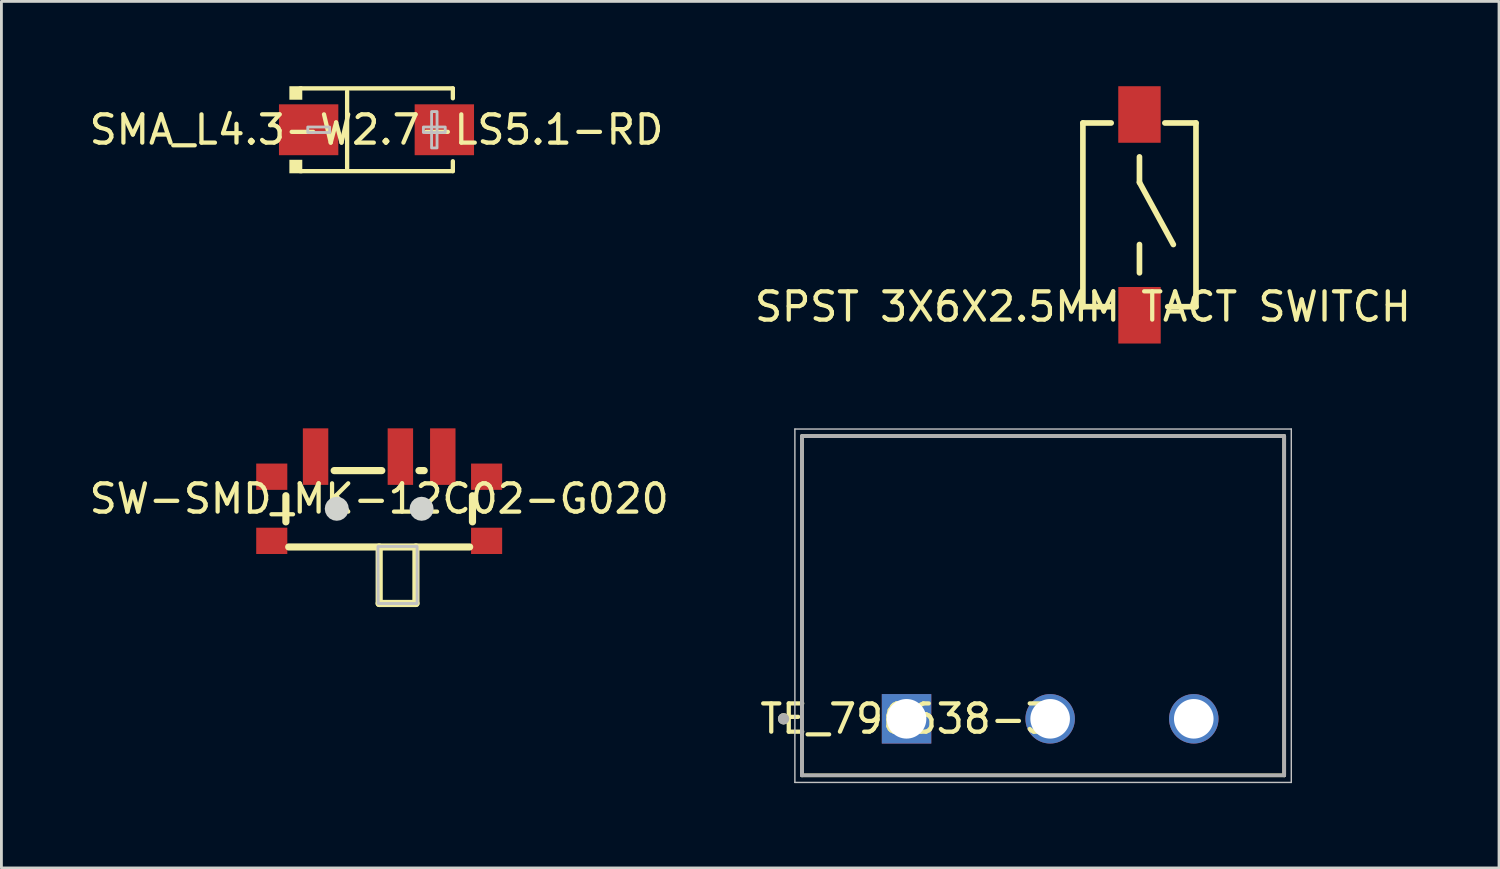
<source format=kicad_pcb>
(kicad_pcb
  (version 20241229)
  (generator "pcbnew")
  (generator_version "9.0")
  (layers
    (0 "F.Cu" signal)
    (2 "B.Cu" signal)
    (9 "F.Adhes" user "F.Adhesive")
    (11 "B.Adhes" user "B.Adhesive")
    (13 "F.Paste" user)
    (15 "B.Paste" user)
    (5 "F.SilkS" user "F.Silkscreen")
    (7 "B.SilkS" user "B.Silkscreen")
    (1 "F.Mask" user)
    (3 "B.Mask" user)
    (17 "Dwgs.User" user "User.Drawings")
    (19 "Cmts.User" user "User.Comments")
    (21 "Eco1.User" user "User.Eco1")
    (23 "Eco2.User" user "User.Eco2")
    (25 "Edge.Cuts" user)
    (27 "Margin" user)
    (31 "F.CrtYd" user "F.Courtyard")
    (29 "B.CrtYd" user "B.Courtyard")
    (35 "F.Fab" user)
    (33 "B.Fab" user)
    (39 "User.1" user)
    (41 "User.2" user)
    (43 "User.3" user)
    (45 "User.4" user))
  (footprint "SMA_L4.3-W2.7-LS5.1-RD"
    (layer "F.Cu")
    (at 10.268 1.54)
    (property "Reference" "SMA_L4.3-W2.7-LS5.1-RD" (at 0 0 0) (unlocked yes) (layer "F.SilkS") (effects (font (size 1 1) (thickness 0.15))))
    (fp_line (start -2.701 -1.464) (end 2.701 -1.464) (stroke (width 0.152) (type default)) (layer "F.SilkS"))
    (fp_line (start -2.701 1.464) (end 2.701 1.464) (stroke (width 0.152) (type default)) (layer "F.SilkS"))
    (fp_line (start -1.039 -1.363) (end -1.039 1.363) (stroke (width 0.152) (type default)) (layer "F.SilkS"))
    (fp_line (start 2.701 -1.464) (end 2.701 -1.113) (stroke (width 0.152) (type default)) (layer "F.SilkS"))
    (fp_line (start 2.701 1.464) (end 2.701 1.113) (stroke (width 0.152) (type default)) (layer "F.SilkS"))
    (fp_poly (pts (xy -2.625 -1.54) (xy -2.625 -1.062) (xy -3.082 -1.062) (xy -3.082 -1.54)) (stroke (width 0) (type default)) (fill yes) (layer "F.SilkS"))
    (fp_poly (pts (xy -2.625 1.54) (xy -2.625 1.062) (xy -3.082 1.062) (xy -3.082 1.54)) (stroke (width 0) (type default)) (fill yes) (layer "F.SilkS"))
    (fp_poly (pts (xy -2.432 0.097) (xy -2.432 -0.097) (xy -1.659 -0.097) (xy -1.659 0.097)) (stroke (width 0.1) (type default)) (fill no) (layer "Dwgs.User"))
    (fp_poly (pts (xy 2.142 0.643) (xy 2.142 -0.643) (xy 1.949 -0.643) (xy 1.949 0.643)) (stroke (width 0.1) (type default)) (fill no) (layer "Dwgs.User"))
    (fp_poly (pts (xy 2.432 0.097) (xy 2.432 -0.097) (xy 1.659 -0.097) (xy 1.659 0.097)) (stroke (width 0.1) (type default)) (fill no) (layer "Dwgs.User"))
    (fp_poly (pts (xy -1.41 -0.7) (xy -1.41 0.7) (xy -2.55 0.7) (xy -2.55 -0.7)) (stroke (width 0.1) (type default)) (fill no) (layer "User.1"))
    (fp_poly (pts (xy 1.41 0.7) (xy 1.41 -0.7) (xy 2.55 -0.7) (xy 2.55 0.7)) (stroke (width 0.1) (type default)) (fill no) (layer "User.1"))
    (fp_line (start -2.15 -1.35) (end 2.15 -1.35) (stroke (width 0.051) (type default)) (layer "User.2"))
    (fp_line (start -2.15 1.35) (end -2.15 -1.35) (stroke (width 0.051) (type default)) (layer "User.2"))
    (fp_line (start 2.15 -1.35) (end 2.15 1.35) (stroke (width 0.051) (type default)) (layer "User.2"))
    (fp_line (start 2.15 1.35) (end -2.15 1.35) (stroke (width 0.051) (type default)) (layer "User.2"))
    (fp_poly (pts (xy -2.49 -1.35) (xy -2.508 -1.392) (xy -2.55 -1.41) (xy -2.592 -1.392) (xy -2.61 -1.35) (xy -2.592 -1.308) (xy -2.55 -1.29) (xy -2.508 -1.308)) (stroke (width 0.1) (type default)) (fill no) (layer "User.3"))
    (pad "1" smd rect (at -2.4 0) (size 2.1 1.8) (layers "F.Cu" "F.Mask" "F.Paste"))
    (pad "2" smd rect (at 2.4 0) (size 2.1 1.8) (layers "F.Cu" "F.Mask" "F.Paste")))
  (footprint "SW-SMD_MK-12C02-G020"
    (layer "F.Cu")
    (at 10.363 14.592)
    (property "Reference" "SW-SMD_MK-12C02-G020" (at 0 0 0) (unlocked yes) (layer "F.SilkS") (effects (font (size 1 1) (thickness 0.15))))
    (fp_line (start -3.3 0.818) (end -3.3 -0.106) (stroke (width 0.254) (type default)) (layer "F.SilkS"))
    (fp_line (start 0 3.705) (end 0 1.706) (stroke (width 0.254) (type default)) (layer "F.SilkS"))
    (fp_line (start 0.092 -0.995) (end -1.592 -0.995) (stroke (width 0.254) (type default)) (layer "F.SilkS"))
    (fp_line (start 1.3 1.706) (end 1.3 3.705) (stroke (width 0.254) (type default)) (layer "F.SilkS"))
    (fp_line (start 1.3 3.705) (end 0 3.705) (stroke (width 0.254) (type default)) (layer "F.SilkS"))
    (fp_line (start 1.592 -0.995) (end 1.408 -0.995) (stroke (width 0.254) (type default)) (layer "F.SilkS"))
    (fp_line (start 3.2 1.706) (end -3.2 1.706) (stroke (width 0.254) (type default)) (layer "F.SilkS"))
    (fp_line (start 3.3 0.818) (end 3.3 -0.106) (stroke (width 0.254) (type default)) (layer "F.SilkS"))
    (fp_poly (pts (xy -0.043 1.688) (xy 1.341 1.688) (xy 1.341 3.706) (xy -0.036 3.706) (xy -0.036 3.466)) (stroke (width 0.1) (type default)) (fill no) (layer "Dwgs.User"))
    (fp_poly (pts (xy -1.075 0.355) (xy -1.096 0.224) (xy -1.156 0.106) (xy -1.25 0.012) (xy -1.369 -0.049) (xy -1.5 -0.07) (xy -1.631 -0.049) (xy -1.75 0.012) (xy -1.844 0.106) (xy -1.904 0.224) (xy -1.925 0.355) (xy -1.904 0.487) (xy -1.844 0.605) (xy -1.75 0.699) (xy -1.631 0.76) (xy -1.5 0.78) (xy -1.369 0.76) (xy -1.25 0.699) (xy -1.156 0.605) (xy -1.096 0.487)) (stroke (width 0) (type default)) (fill yes) (layer "Edge.Cuts"))
    (fp_poly (pts (xy 1.925 0.355) (xy 1.904 0.224) (xy 1.844 0.106) (xy 1.75 0.012) (xy 1.631 -0.049) (xy 1.5 -0.07) (xy 1.369 -0.049) (xy 1.25 0.012) (xy 1.156 0.106) (xy 1.096 0.224) (xy 1.075 0.355) (xy 1.096 0.487) (xy 1.156 0.605) (xy 1.25 0.699) (xy 1.369 0.76) (xy 1.5 0.78) (xy 1.631 0.76) (xy 1.75 0.699) (xy 1.844 0.605) (xy 1.904 0.487)) (stroke (width 0) (type default)) (fill yes) (layer "Edge.Cuts"))
    (fp_poly (pts (xy -3.855 -0.565) (xy -3.855 -0.995) (xy -3.255 -0.995) (xy -3.255 -0.565)) (stroke (width 0.1) (type default)) (fill no) (layer "User.1"))
    (fp_poly (pts (xy -3.855 1.706) (xy -3.855 1.276) (xy -3.255 1.276) (xy -3.255 1.706)) (stroke (width 0.1) (type default)) (fill no) (layer "User.1"))
    (fp_poly (pts (xy -2.45 -2.005) (xy -2.05 -2.005) (xy -2.05 -0.504) (xy -2.45 -0.504)) (stroke (width 0.1) (type default)) (fill no) (layer "User.1"))
    (fp_poly (pts (xy 0.55 -2.005) (xy 0.95 -2.005) (xy 0.95 -0.504) (xy 0.55 -0.504)) (stroke (width 0.1) (type default)) (fill no) (layer "User.1"))
    (fp_poly (pts (xy 2.05 -2.005) (xy 2.45 -2.005) (xy 2.45 -0.504) (xy 2.05 -0.504)) (stroke (width 0.1) (type default)) (fill no) (layer "User.1"))
    (fp_poly (pts (xy 3.258 -0.565) (xy 3.258 -0.995) (xy 3.858 -0.995) (xy 3.858 -0.565)) (stroke (width 0.1) (type default)) (fill no) (layer "User.1"))
    (fp_poly (pts (xy 3.258 1.706) (xy 3.258 1.276) (xy 3.858 1.276) (xy 3.858 1.706)) (stroke (width 0.1) (type default)) (fill no) (layer "User.1"))
    (fp_poly (pts (xy -1.175 0.355) (xy -1.195 0.244) (xy -1.251 0.147) (xy -1.337 0.074) (xy -1.444 0.035) (xy -1.556 0.035) (xy -1.663 0.074) (xy -1.749 0.147) (xy -1.805 0.244) (xy -1.825 0.355) (xy -1.805 0.467) (xy -1.749 0.564) (xy -1.663 0.637) (xy -1.556 0.676) (xy -1.444 0.676) (xy -1.337 0.637) (xy -1.251 0.564) (xy -1.195 0.467)) (stroke (width 0.1) (type default)) (fill no) (layer "User.1"))
    (fp_poly (pts (xy 1.825 0.355) (xy 1.805 0.244) (xy 1.749 0.147) (xy 1.663 0.074) (xy 1.556 0.035) (xy 1.444 0.035) (xy 1.337 0.074) (xy 1.251 0.147) (xy 1.195 0.244) (xy 1.175 0.355) (xy 1.195 0.467) (xy 1.251 0.564) (xy 1.337 0.637) (xy 1.444 0.676) (xy 1.556 0.676) (xy 1.663 0.637) (xy 1.749 0.564) (xy 1.805 0.467)) (stroke (width 0.1) (type default)) (fill no) (layer "User.1"))
    (fp_line (start -3.305 -1.004) (end 3.308 -1.004) (stroke (width 0.051) (type default)) (layer "User.2"))
    (fp_line (start -3.296 1.714) (end -3.305 -1.004) (stroke (width 0.051) (type default)) (layer "User.2"))
    (fp_line (start 0.006 1.714) (end -3.296 1.714) (stroke (width 0.051) (type default)) (layer "User.2"))
    (fp_line (start 0.006 3.727) (end 0.006 1.714) (stroke (width 0.051) (type default)) (layer "User.2"))
    (fp_line (start 1.304 1.71) (end 1.304 3.727) (stroke (width 0.051) (type default)) (layer "User.2"))
    (fp_line (start 1.304 3.727) (end 0.006 3.727) (stroke (width 0.051) (type default)) (layer "User.2"))
    (fp_line (start 3.308 -1.004) (end 3.308 1.71) (stroke (width 0.051) (type default)) (layer "User.2"))
    (fp_line (start 3.308 1.71) (end 1.304 1.71) (stroke (width 0.051) (type default)) (layer "User.2"))
    (fp_poly (pts (xy -3.795 -2.005) (xy -3.813 -2.047) (xy -3.855 -2.064) (xy -3.897 -2.047) (xy -3.915 -2.005) (xy -3.897 -1.962) (xy -3.855 -1.944) (xy -3.813 -1.962)) (stroke (width 0.1) (type default)) (fill no) (layer "User.3"))
    (pad "1" smd rect (at -2.25 -1.49) (size 0.9 2) (layers "F.Cu" "F.Mask" "F.Paste"))
    (pad "2" smd rect (at 0.75 -1.49) (size 0.9 2) (layers "F.Cu" "F.Mask" "F.Paste"))
    (pad "3" smd rect (at 2.25 -1.49) (size 0.9 2) (layers "F.Cu" "F.Mask" "F.Paste"))
    (pad "4" smd rect (at 3.8 -0.779) (size 1.1 0.93) (layers "F.Cu" "F.Mask" "F.Paste"))
    (pad "5" smd rect (at 3.8 1.49) (size 1.1 0.93) (layers "F.Cu" "F.Mask" "F.Paste"))
    (pad "6" smd rect (at -3.8 1.49) (size 1.1 0.93) (layers "F.Cu" "F.Mask" "F.Paste"))
    (pad "7" smd rect (at -3.8 -0.779 180) (size 1.1 0.93) (layers "F.Cu" "F.Mask" "F.Paste")))
  (footprint "SPST 3X6X2.5MM TACT SWITCH"
    (layer "F.Cu")
    (at 35.256 7.8)
    (property "Reference" "SPST 3X6X2.5MM TACT SWITCH" (at 0 0 0) (unlocked yes) (layer "F.SilkS") (effects (font (size 1 1) (thickness 0.15))))
    (fp_line (start 0 -6.5) (end 1 -6.5) (stroke (width 0.2) (type default)) (layer "F.SilkS"))
    (fp_line (start 0 0) (end 0 -6.5) (stroke (width 0.2) (type default)) (layer "F.SilkS"))
    (fp_line (start 1 0) (end 0 0) (stroke (width 0.2) (type default)) (layer "F.SilkS"))
    (fp_line (start 2.001 -5.301) (end 2.001 -4.399) (stroke (width 0.2) (type default)) (layer "F.SilkS"))
    (fp_line (start 2.001 -4.399) (end 3.2 -2.2) (stroke (width 0.2) (type default)) (layer "F.SilkS"))
    (fp_line (start 2.001 -2.2) (end 2.001 -1.199) (stroke (width 0.2) (type default)) (layer "F.SilkS"))
    (fp_line (start 2.9 -6.5) (end 4 -6.5) (stroke (width 0.2) (type default)) (layer "F.SilkS"))
    (fp_line (start 4 -6.5) (end 4 0) (stroke (width 0.2) (type default)) (layer "F.SilkS"))
    (fp_line (start 4 0) (end 3 0) (stroke (width 0.2) (type default)) (layer "F.SilkS"))
    (pad "1" smd rect (at 2.001 -6.8) (size 1.5 2) (layers "F.Cu" "F.Mask" "F.Paste"))
    (pad "2" smd rect (at 2.003 0.302) (size 1.5 2) (layers "F.Cu" "F.Mask" "F.Paste")))
  (footprint "TE_796638-3"
    (layer "F.Cu")
    (at 29.018 22.377)
    (property "Reference" "TE_796638-3" (at 0 0 0) (unlocked yes) (layer "F.SilkS") (effects (font (size 1 1) (thickness 0.15))))
    (fp_line (start -3.7 2) (end -3.7 -10) (stroke (width 0.127) (type default)) (layer "F.SilkS"))
    (fp_line (start 13.36 -10) (end -3.7 -10) (stroke (width 0.127) (type default)) (layer "F.SilkS"))
    (fp_line (start 13.36 -10) (end 13.36 2) (stroke (width 0.127) (type default)) (layer "F.SilkS"))
    (fp_line (start 13.36 2) (end -3.7 2) (stroke (width 0.127) (type default)) (layer "F.SilkS"))
    (fp_circle (center -4.35 0) (end -4.25 0) (stroke (width 0.2) (type default)) (fill no) (layer "F.SilkS"))
    (fp_line (start -3.95 -10.25) (end 13.61 -10.25) (stroke (width 0.05) (type default)) (layer "Dwgs.User"))
    (fp_line (start -3.95 2.25) (end -3.95 -10.25) (stroke (width 0.05) (type default)) (layer "Dwgs.User"))
    (fp_line (start 13.61 -10.25) (end 13.61 2.25) (stroke (width 0.05) (type default)) (layer "Dwgs.User"))
    (fp_line (start 13.61 2.25) (end -3.95 2.25) (stroke (width 0.05) (type default)) (layer "Dwgs.User"))
    (fp_line (start -3.7 -10) (end 13.36 -10) (stroke (width 0.127) (type default)) (layer "F.Fab"))
    (fp_line (start -3.7 -10) (end 13.36 -10) (stroke (width 0.127) (type default)) (layer "F.Fab"))
    (fp_line (start -3.7 2) (end -3.7 -10) (stroke (width 0.127) (type default)) (layer "F.Fab"))
    (fp_line (start -3.7 2) (end -3.7 -10) (stroke (width 0.127) (type default)) (layer "F.Fab"))
    (fp_line (start 13.36 -10) (end 13.36 2) (stroke (width 0.127) (type default)) (layer "F.Fab"))
    (fp_line (start 13.36 -10) (end 13.36 2) (stroke (width 0.127) (type default)) (layer "F.Fab"))
    (fp_line (start 13.36 2) (end -3.7 2) (stroke (width 0.127) (type default)) (layer "F.Fab"))
    (fp_circle (center -4.35 0) (end -4.25 0) (stroke (width 0.2) (type default)) (fill no) (layer "F.Fab"))
    (pad "1" thru_hole rect (at 0 0) (size 1.75 1.75) (drill 1.4) (layers "*.Cu" "*.Mask"))
    (pad "2" thru_hole circle (at 5.08 0) (size 1.75 1.75) (drill 1.4) (layers "*.Cu" "*.Mask"))
    (pad "3" thru_hole circle (at 10.16 0) (size 1.75 1.75) (drill 1.4) (layers "*.Cu" "*.Mask")))
  (gr_rect
    (start -3 -3)
    (end 49.976 27.652)
    (stroke (width 0.1) (type default))
    (fill no)
    (layer "Edge.Cuts")))
</source>
